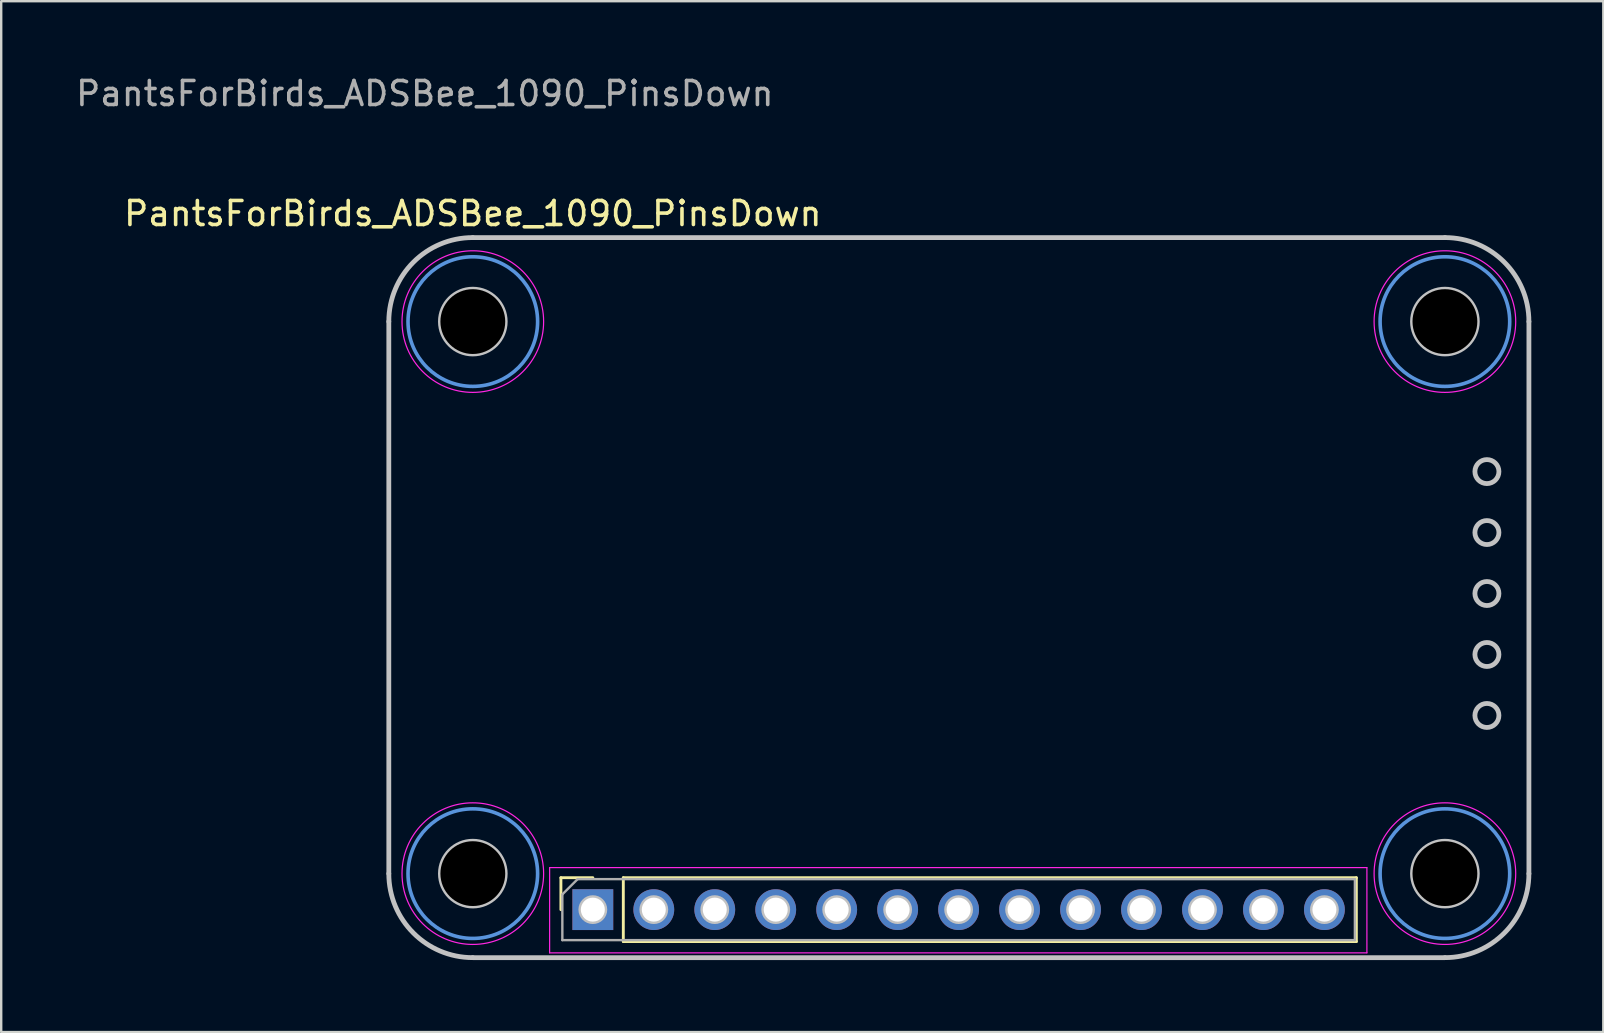
<source format=kicad_pcb>
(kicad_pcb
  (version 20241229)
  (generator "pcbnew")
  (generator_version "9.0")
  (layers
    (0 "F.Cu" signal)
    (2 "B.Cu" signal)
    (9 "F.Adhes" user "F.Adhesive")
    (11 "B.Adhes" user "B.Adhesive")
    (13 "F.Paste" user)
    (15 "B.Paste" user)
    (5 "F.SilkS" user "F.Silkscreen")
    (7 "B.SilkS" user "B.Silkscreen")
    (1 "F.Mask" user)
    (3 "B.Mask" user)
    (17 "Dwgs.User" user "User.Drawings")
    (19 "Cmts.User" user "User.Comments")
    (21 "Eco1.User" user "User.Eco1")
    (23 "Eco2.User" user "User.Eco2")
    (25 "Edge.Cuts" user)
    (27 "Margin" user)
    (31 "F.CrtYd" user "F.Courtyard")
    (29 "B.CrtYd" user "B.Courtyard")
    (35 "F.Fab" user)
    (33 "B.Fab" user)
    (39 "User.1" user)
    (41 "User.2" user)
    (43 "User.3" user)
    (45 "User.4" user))
  (footprint "PantsForBirds_ADSBee_1090_PinsDown"
    (layer "F.Cu")
    (at 16.649 10.348)
    (property "Reference" "PantsForBirds_ADSBee_1090_PinsDown" (at 0 -4.5 0) (unlocked yes) (layer "F.SilkS") (effects (font (size 1 1) (thickness 0.15))))
    (attr through_hole)
    (fp_line (start 3.67 23.17) (end 5 23.17) (stroke (width 0.12) (type solid)) (layer "F.SilkS"))
    (fp_line (start 3.67 24.5) (end 3.67 23.17) (stroke (width 0.12) (type solid)) (layer "F.SilkS"))
    (fp_line (start 6.27 23.17) (end 36.81 23.17) (stroke (width 0.12) (type solid)) (layer "F.SilkS"))
    (fp_line (start 6.27 25.83) (end 6.27 23.17) (stroke (width 0.12) (type solid)) (layer "F.SilkS"))
    (fp_line (start 6.27 25.83) (end 36.81 25.83) (stroke (width 0.12) (type solid)) (layer "F.SilkS"))
    (fp_line (start 36.81 25.83) (end 36.81 23.17) (stroke (width 0.12) (type solid)) (layer "F.SilkS"))
    (fp_line (start -3.5 23) (end -3.5 0) (stroke (width 0.2) (type default)) (layer "Dwgs.User"))
    (fp_line (start 0 -3.5) (end 40.5 -3.5) (stroke (width 0.2) (type default)) (layer "Dwgs.User"))
    (fp_line (start 40.5 26.5) (end 0 26.5) (stroke (width 0.2) (type default)) (layer "Dwgs.User"))
    (fp_line (start 44 0) (end 44 23) (stroke (width 0.2) (type default)) (layer "Dwgs.User"))
    (fp_arc (start -3.5 0) (mid -2.474874 -2.474874) (end 0 -3.5) (stroke (width 0.2) (type default)) (layer "Dwgs.User"))
    (fp_arc (start 0 26.5) (mid -2.474874 25.474874) (end -3.5 23) (stroke (width 0.2) (type default)) (layer "Dwgs.User"))
    (fp_arc (start 40.5 -3.5) (mid 42.974874 -2.474874) (end 44 0) (stroke (width 0.2) (type default)) (layer "Dwgs.User"))
    (fp_arc (start 44 23) (mid 42.974874 25.474874) (end 40.5 26.5) (stroke (width 0.2) (type default)) (layer "Dwgs.User"))
    (fp_circle (center 0 0) (end 1.35 0) (stroke (width 0.2) (type default)) (fill no) (layer "Dwgs.User"))
    (fp_circle (center 0 23) (end 1.35 23) (stroke (width 0.2) (type default)) (fill no) (layer "Dwgs.User"))
    (fp_circle (center 5 24.5) (end 5.5 24.5) (stroke (width 0.2) (type default)) (fill no) (layer "Dwgs.User"))
    (fp_circle (center 7.54 24.5) (end 8.04 24.5) (stroke (width 0.2) (type default)) (fill no) (layer "Dwgs.User"))
    (fp_circle (center 10.08 24.5) (end 10.58 24.5) (stroke (width 0.2) (type default)) (fill no) (layer "Dwgs.User"))
    (fp_circle (center 12.62 24.5) (end 13.12 24.5) (stroke (width 0.2) (type default)) (fill no) (layer "Dwgs.User"))
    (fp_circle (center 15.16 24.5) (end 15.66 24.5) (stroke (width 0.2) (type default)) (fill no) (layer "Dwgs.User"))
    (fp_circle (center 17.7 24.5) (end 18.2 24.5) (stroke (width 0.2) (type default)) (fill no) (layer "Dwgs.User"))
    (fp_circle (center 20.24 24.5) (end 20.74 24.5) (stroke (width 0.2) (type default)) (fill no) (layer "Dwgs.User"))
    (fp_circle (center 22.78 24.5) (end 23.28 24.5) (stroke (width 0.2) (type default)) (fill no) (layer "Dwgs.User"))
    (fp_circle (center 25.32 24.5) (end 25.82 24.5) (stroke (width 0.2) (type default)) (fill no) (layer "Dwgs.User"))
    (fp_circle (center 27.86 24.5) (end 28.36 24.5) (stroke (width 0.2) (type default)) (fill no) (layer "Dwgs.User"))
    (fp_circle (center 30.4 24.5) (end 30.9 24.5) (stroke (width 0.2) (type default)) (fill no) (layer "Dwgs.User"))
    (fp_circle (center 32.94 24.5) (end 33.44 24.5) (stroke (width 0.2) (type default)) (fill no) (layer "Dwgs.User"))
    (fp_circle (center 35.48 24.5) (end 35.98 24.5) (stroke (width 0.2) (type default)) (fill no) (layer "Dwgs.User"))
    (fp_circle (center 40.5 0) (end 41.85 0) (stroke (width 0.2) (type default)) (fill no) (layer "Dwgs.User"))
    (fp_circle (center 40.5 23) (end 41.85 23) (stroke (width 0.2) (type default)) (fill no) (layer "Dwgs.User"))
    (fp_circle (center 42.25 6.25) (end 42.75 6.25) (stroke (width 0.2) (type default)) (fill no) (layer "Dwgs.User"))
    (fp_circle (center 42.25 8.79) (end 42.75 8.79) (stroke (width 0.2) (type default)) (fill no) (layer "Dwgs.User"))
    (fp_circle (center 42.25 11.33) (end 42.75 11.33) (stroke (width 0.2) (type default)) (fill no) (layer "Dwgs.User"))
    (fp_circle (center 42.25 13.87) (end 42.75 13.87) (stroke (width 0.2) (type default)) (fill no) (layer "Dwgs.User"))
    (fp_circle (center 42.25 16.41) (end 42.75 16.41) (stroke (width 0.2) (type default)) (fill no) (layer "Dwgs.User"))
    (fp_circle (center 0 0) (end 2.7 0) (stroke (width 0.15) (type solid)) (fill no) (layer "Cmts.User"))
    (fp_circle (center 0 23) (end 2.7 23) (stroke (width 0.15) (type solid)) (fill no) (layer "Cmts.User"))
    (fp_circle (center 40.5 0) (end 43.2 0) (stroke (width 0.15) (type solid)) (fill no) (layer "Cmts.User"))
    (fp_circle (center 40.5 23) (end 43.2 23) (stroke (width 0.15) (type solid)) (fill no) (layer "Cmts.User"))
    (fp_line (start 3.2 22.75) (end 37.25 22.75) (stroke (width 0.05) (type solid)) (layer "F.CrtYd"))
    (fp_line (start 3.2 26.3) (end 3.2 22.75) (stroke (width 0.05) (type solid)) (layer "F.CrtYd"))
    (fp_line (start 37.25 22.75) (end 37.25 26.3) (stroke (width 0.05) (type solid)) (layer "F.CrtYd"))
    (fp_line (start 37.25 26.3) (end 3.2 26.3) (stroke (width 0.05) (type solid)) (layer "F.CrtYd"))
    (fp_circle (center 0 0) (end 2.95 0) (stroke (width 0.05) (type solid)) (fill no) (layer "F.CrtYd"))
    (fp_circle (center 0 23) (end 2.95 23) (stroke (width 0.05) (type solid)) (fill no) (layer "F.CrtYd"))
    (fp_circle (center 40.5 0) (end 43.45 0) (stroke (width 0.05) (type solid)) (fill no) (layer "F.CrtYd"))
    (fp_circle (center 40.5 23) (end 43.45 23) (stroke (width 0.05) (type solid)) (fill no) (layer "F.CrtYd"))
    (fp_line (start 3.73 23.865) (end 4.365 23.23) (stroke (width 0.1) (type solid)) (layer "F.Fab"))
    (fp_line (start 3.73 25.77) (end 3.73 23.865) (stroke (width 0.1) (type solid)) (layer "F.Fab"))
    (fp_line (start 4.365 23.23) (end 36.75 23.23) (stroke (width 0.1) (type solid)) (layer "F.Fab"))
    (fp_line (start 36.75 23.23) (end 36.75 25.77) (stroke (width 0.1) (type solid)) (layer "F.Fab"))
    (fp_line (start 36.75 25.77) (end 3.73 25.77) (stroke (width 0.1) (type solid)) (layer "F.Fab"))
    (fp_text user "${REFERENCE}" (at -2 -9.5 0) (unlocked yes) (layer "F.Fab") (effects (font (size 1 1) (thickness 0.15))))
    (pad "" np_thru_hole circle (at 0 0) (size 5 5) (drill 2.7) (layers "*.Mask"))
    (pad "" np_thru_hole circle (at 0 23) (size 5 5) (drill 2.7) (layers "*.Mask"))
    (pad "" np_thru_hole circle (at 40.5 0) (size 5 5) (drill 2.7) (layers "*.Mask"))
    (pad "" np_thru_hole circle (at 40.5 23) (size 5 5) (drill 2.7) (layers "*.Mask"))
    (pad "1" thru_hole rect (at 5 24.5 90) (size 1.7 1.7) (drill 1) (layers "*.Cu" "*.Mask"))
    (pad "2" thru_hole oval (at 7.54 24.5 90) (size 1.7 1.7) (drill 1) (layers "*.Cu" "*.Mask"))
    (pad "3" thru_hole oval (at 10.08 24.5 90) (size 1.7 1.7) (drill 1) (layers "*.Cu" "*.Mask"))
    (pad "4" thru_hole oval (at 12.62 24.5 90) (size 1.7 1.7) (drill 1) (layers "*.Cu" "*.Mask"))
    (pad "5" thru_hole oval (at 15.16 24.5 90) (size 1.7 1.7) (drill 1) (layers "*.Cu" "*.Mask"))
    (pad "6" thru_hole oval (at 17.7 24.5 90) (size 1.7 1.7) (drill 1) (layers "*.Cu" "*.Mask"))
    (pad "7" thru_hole oval (at 20.24 24.5 90) (size 1.7 1.7) (drill 1) (layers "*.Cu" "*.Mask"))
    (pad "8" thru_hole oval (at 22.78 24.5 90) (size 1.7 1.7) (drill 1) (layers "*.Cu" "*.Mask"))
    (pad "9" thru_hole oval (at 25.32 24.5 90) (size 1.7 1.7) (drill 1) (layers "*.Cu" "*.Mask"))
    (pad "10" thru_hole oval (at 27.86 24.5 90) (size 1.7 1.7) (drill 1) (layers "*.Cu" "*.Mask"))
    (pad "11" thru_hole oval (at 30.4 24.5 90) (size 1.7 1.7) (drill 1) (layers "*.Cu" "*.Mask"))
    (pad "12" thru_hole oval (at 32.94 24.5 90) (size 1.7 1.7) (drill 1) (layers "*.Cu" "*.Mask"))
    (pad "13" thru_hole oval (at 35.48 24.5 90) (size 1.7 1.7) (drill 1) (layers "*.Cu" "*.Mask"))
    (zone (net_name "") (layers "F.Cu" "B.Cu") (hatch edge 0.5) (connect_pads) (min_thickness 0.25) (filled_areas_thickness no) (keepout (tracks not_allowed) (vias not_allowed) (pads not_allowed) (copperpour not_allowed) (footprints not_allowed)) (placement (enabled no)) (fill) (polygon (pts (xy 19.349 10.348) (xy 19.329 10.023) (xy 19.27 9.702) (xy 19.173 9.391) (xy 19.04 9.093) (xy 18.871 8.814) (xy 18.67 8.558) (xy 18.439 8.327) (xy 18.183 8.126) (xy 17.904 7.958) (xy 17.606 7.824) (xy 17.295 7.727) (xy 16.974 7.668) (xy 16.649 7.648) (xy 16.323 7.668) (xy 16.003 7.727) (xy 15.691 7.824) (xy 15.394 7.958) (xy 15.115 8.126) (xy 14.858 8.327) (xy 14.628 8.558) (xy 14.427 8.814) (xy 14.258 9.093) (xy 14.124 9.391) (xy 14.027 9.702) (xy 13.968 10.023) (xy 13.949 10.348) (xy 13.968 10.674) (xy 14.027 10.994) (xy 14.124 11.306) (xy 14.258 11.603) (xy 14.427 11.882) (xy 14.628 12.139) (xy 14.858 12.369) (xy 15.115 12.57) (xy 15.394 12.739) (xy 15.691 12.873) (xy 16.003 12.97) (xy 16.323 13.029) (xy 16.649 13.048) (xy 16.974 13.029) (xy 17.295 12.97) (xy 17.606 12.873) (xy 17.904 12.739) (xy 18.183 12.57) (xy 18.439 12.369) (xy 18.67 12.139) (xy 18.871 11.882) (xy 19.04 11.603) (xy 19.173 11.306) (xy 19.27 10.994) (xy 19.329 10.674))))
    (zone (net_name "") (layers "F.Cu" "B.Cu") (hatch edge 0.5) (connect_pads) (min_thickness 0.25) (filled_areas_thickness no) (keepout (tracks not_allowed) (vias not_allowed) (pads not_allowed) (copperpour not_allowed) (footprints not_allowed)) (placement (enabled no)) (fill) (polygon (pts (xy 19.349 33.348) (xy 19.329 33.023) (xy 19.27 32.702) (xy 19.173 32.391) (xy 19.04 32.093) (xy 18.871 31.814) (xy 18.67 31.558) (xy 18.439 31.327) (xy 18.183 31.126) (xy 17.904 30.958) (xy 17.606 30.824) (xy 17.295 30.727) (xy 16.974 30.668) (xy 16.649 30.648) (xy 16.323 30.668) (xy 16.003 30.727) (xy 15.691 30.824) (xy 15.394 30.958) (xy 15.115 31.126) (xy 14.858 31.327) (xy 14.628 31.558) (xy 14.427 31.814) (xy 14.258 32.093) (xy 14.124 32.391) (xy 14.027 32.702) (xy 13.968 33.023) (xy 13.949 33.348) (xy 13.968 33.674) (xy 14.027 33.994) (xy 14.124 34.306) (xy 14.258 34.603) (xy 14.427 34.882) (xy 14.628 35.139) (xy 14.858 35.369) (xy 15.115 35.57) (xy 15.394 35.739) (xy 15.691 35.873) (xy 16.003 35.97) (xy 16.323 36.029) (xy 16.649 36.048) (xy 16.974 36.029) (xy 17.295 35.97) (xy 17.606 35.873) (xy 17.904 35.739) (xy 18.183 35.57) (xy 18.439 35.369) (xy 18.67 35.139) (xy 18.871 34.882) (xy 19.04 34.603) (xy 19.173 34.306) (xy 19.27 33.994) (xy 19.329 33.674))))
    (zone (net_name "") (layers "F.Cu" "B.Cu") (hatch edge 0.5) (connect_pads) (min_thickness 0.25) (filled_areas_thickness no) (keepout (tracks not_allowed) (vias not_allowed) (pads not_allowed) (copperpour not_allowed) (footprints not_allowed)) (placement (enabled no)) (fill) (polygon (pts (xy 59.849 10.348) (xy 59.829 10.023) (xy 59.77 9.702) (xy 59.673 9.391) (xy 59.54 9.093) (xy 59.371 8.814) (xy 59.17 8.558) (xy 58.939 8.327) (xy 58.683 8.126) (xy 58.404 7.958) (xy 58.106 7.824) (xy 57.795 7.727) (xy 57.474 7.668) (xy 57.149 7.648) (xy 56.823 7.668) (xy 56.503 7.727) (xy 56.191 7.824) (xy 55.894 7.958) (xy 55.615 8.126) (xy 55.358 8.327) (xy 55.128 8.558) (xy 54.927 8.814) (xy 54.758 9.093) (xy 54.624 9.391) (xy 54.527 9.702) (xy 54.468 10.023) (xy 54.449 10.348) (xy 54.468 10.674) (xy 54.527 10.994) (xy 54.624 11.306) (xy 54.758 11.603) (xy 54.927 11.882) (xy 55.128 12.139) (xy 55.358 12.369) (xy 55.615 12.57) (xy 55.894 12.739) (xy 56.191 12.873) (xy 56.503 12.97) (xy 56.823 13.029) (xy 57.149 13.048) (xy 57.474 13.029) (xy 57.795 12.97) (xy 58.106 12.873) (xy 58.404 12.739) (xy 58.683 12.57) (xy 58.939 12.369) (xy 59.17 12.139) (xy 59.371 11.882) (xy 59.54 11.603) (xy 59.673 11.306) (xy 59.77 10.994) (xy 59.829 10.674))))
    (zone (net_name "") (layers "F.Cu" "B.Cu") (hatch edge 0.5) (connect_pads) (min_thickness 0.25) (filled_areas_thickness no) (keepout (tracks not_allowed) (vias not_allowed) (pads not_allowed) (copperpour not_allowed) (footprints not_allowed)) (placement (enabled no)) (fill) (polygon (pts (xy 59.849 33.348) (xy 59.829 33.023) (xy 59.77 32.702) (xy 59.673 32.391) (xy 59.54 32.093) (xy 59.371 31.814) (xy 59.17 31.558) (xy 58.939 31.327) (xy 58.683 31.126) (xy 58.404 30.958) (xy 58.106 30.824) (xy 57.795 30.727) (xy 57.474 30.668) (xy 57.149 30.648) (xy 56.823 30.668) (xy 56.503 30.727) (xy 56.191 30.824) (xy 55.894 30.958) (xy 55.615 31.126) (xy 55.358 31.327) (xy 55.128 31.558) (xy 54.927 31.814) (xy 54.758 32.093) (xy 54.624 32.391) (xy 54.527 32.702) (xy 54.468 33.023) (xy 54.449 33.348) (xy 54.468 33.674) (xy 54.527 33.994) (xy 54.624 34.306) (xy 54.758 34.603) (xy 54.927 34.882) (xy 55.128 35.139) (xy 55.358 35.369) (xy 55.615 35.57) (xy 55.894 35.739) (xy 56.191 35.873) (xy 56.503 35.97) (xy 56.823 36.029) (xy 57.149 36.048) (xy 57.474 36.029) (xy 57.795 35.97) (xy 58.106 35.873) (xy 58.404 35.739) (xy 58.683 35.57) (xy 58.939 35.369) (xy 59.17 35.139) (xy 59.371 34.882) (xy 59.54 34.603) (xy 59.673 34.306) (xy 59.77 33.994) (xy 59.829 33.674)))))
  (gr_rect
    (start -3 -3)
    (end 63.749 39.948)
    (stroke (width 0.1) (type default))
    (fill no)
    (layer "Edge.Cuts")))
</source>
